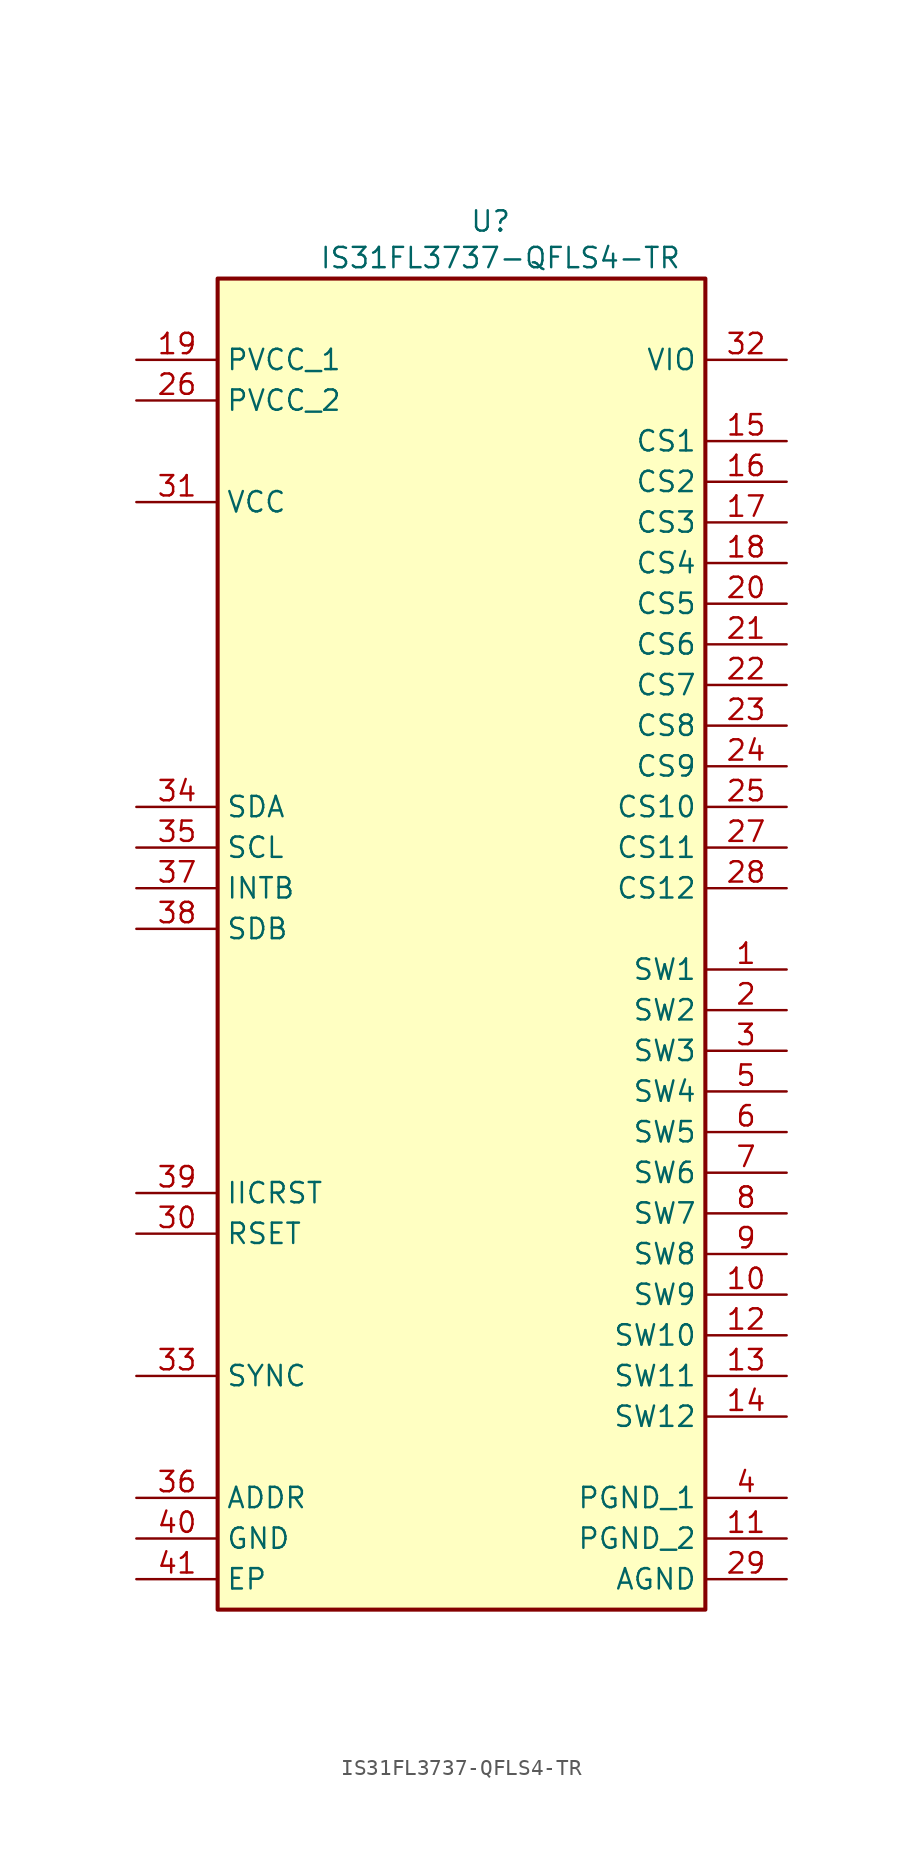
<source format=kicad_sym>
(kicad_symbol_lib
  (version 20231120)
  (generator "kicad_symbol_editor")
  (generator_version "8.0")
  (symbol "IS31FL3737-QFLS4-TR"
    (property "Reference" "U"
      (at -0.762 48.768 0)
      (effects (font (size 1.27 1.27)) (justify left top)))
    (property "Value" "IS31FL3737-QFLS4-TR"
      (at -10.16 46.482 0)
      (effects (font (size 1.27 1.27)) (justify left top)))
    (symbol "IS31FL3737-QFLS4-TR_1_1"
      (rectangle (start -16.51 44.45) (end 13.97 -38.735) (stroke (width 0.254) (type default)) (fill (type background)))
      (pin passive line (at 19.05 1.27 180) (length 5.08) (name "SW1" (effects (font (size 1.27 1.27)))) (number "1" (effects (font (size 1.27 1.27)))))
      (pin passive line (at 19.05 -19.05 180) (length 5.08) (name "SW9" (effects (font (size 1.27 1.27)))) (number "10" (effects (font (size 1.27 1.27)))))
      (pin passive line (at 19.05 -34.29 180) (length 5.08) (name "PGND_2" (effects (font (size 1.27 1.27)))) (number "11" (effects (font (size 1.27 1.27)))))
      (pin passive line (at 19.05 -21.59 180) (length 5.08) (name "SW10" (effects (font (size 1.27 1.27)))) (number "12" (effects (font (size 1.27 1.27)))))
      (pin passive line (at 19.05 -24.13 180) (length 5.08) (name "SW11" (effects (font (size 1.27 1.27)))) (number "13" (effects (font (size 1.27 1.27)))))
      (pin passive line (at 19.05 -26.67 180) (length 5.08) (name "SW12" (effects (font (size 1.27 1.27)))) (number "14" (effects (font (size 1.27 1.27)))))
      (pin passive line (at 19.05 34.29 180) (length 5.08) (name "CS1" (effects (font (size 1.27 1.27)))) (number "15" (effects (font (size 1.27 1.27)))))
      (pin passive line (at 19.05 31.75 180) (length 5.08) (name "CS2" (effects (font (size 1.27 1.27)))) (number "16" (effects (font (size 1.27 1.27)))))
      (pin passive line (at 19.05 29.21 180) (length 5.08) (name "CS3" (effects (font (size 1.27 1.27)))) (number "17" (effects (font (size 1.27 1.27)))))
      (pin passive line (at 19.05 26.67 180) (length 5.08) (name "CS4" (effects (font (size 1.27 1.27)))) (number "18" (effects (font (size 1.27 1.27)))))
      (pin passive line (at -21.59 39.37 0) (length 5.08) (name "PVCC_1" (effects (font (size 1.27 1.27)))) (number "19" (effects (font (size 1.27 1.27)))))
      (pin passive line (at 19.05 -1.27 180) (length 5.08) (name "SW2" (effects (font (size 1.27 1.27)))) (number "2" (effects (font (size 1.27 1.27)))))
      (pin passive line (at 19.05 24.13 180) (length 5.08) (name "CS5" (effects (font (size 1.27 1.27)))) (number "20" (effects (font (size 1.27 1.27)))))
      (pin passive line (at 19.05 21.59 180) (length 5.08) (name "CS6" (effects (font (size 1.27 1.27)))) (number "21" (effects (font (size 1.27 1.27)))))
      (pin passive line (at 19.05 19.05 180) (length 5.08) (name "CS7" (effects (font (size 1.27 1.27)))) (number "22" (effects (font (size 1.27 1.27)))))
      (pin passive line (at 19.05 16.51 180) (length 5.08) (name "CS8" (effects (font (size 1.27 1.27)))) (number "23" (effects (font (size 1.27 1.27)))))
      (pin passive line (at 19.05 13.97 180) (length 5.08) (name "CS9" (effects (font (size 1.27 1.27)))) (number "24" (effects (font (size 1.27 1.27)))))
      (pin passive line (at 19.05 11.43 180) (length 5.08) (name "CS10" (effects (font (size 1.27 1.27)))) (number "25" (effects (font (size 1.27 1.27)))))
      (pin passive line (at -21.59 36.83 0) (length 5.08) (name "PVCC_2" (effects (font (size 1.27 1.27)))) (number "26" (effects (font (size 1.27 1.27)))))
      (pin passive line (at 19.05 8.89 180) (length 5.08) (name "CS11" (effects (font (size 1.27 1.27)))) (number "27" (effects (font (size 1.27 1.27)))))
      (pin passive line (at 19.05 6.35 180) (length 5.08) (name "CS12" (effects (font (size 1.27 1.27)))) (number "28" (effects (font (size 1.27 1.27)))))
      (pin passive line (at 19.05 -36.83 180) (length 5.08) (name "AGND" (effects (font (size 1.27 1.27)))) (number "29" (effects (font (size 1.27 1.27)))))
      (pin passive line (at 19.05 -3.81 180) (length 5.08) (name "SW3" (effects (font (size 1.27 1.27)))) (number "3" (effects (font (size 1.27 1.27)))))
      (pin passive line (at -21.59 -15.24 0) (length 5.08) (name "RSET" (effects (font (size 1.27 1.27)))) (number "30" (effects (font (size 1.27 1.27)))))
      (pin passive line (at -21.59 30.48 0) (length 5.08) (name "VCC" (effects (font (size 1.27 1.27)))) (number "31" (effects (font (size 1.27 1.27)))))
      (pin passive line (at 19.05 39.37 180) (length 5.08) (name "VIO" (effects (font (size 1.27 1.27)))) (number "32" (effects (font (size 1.27 1.27)))))
      (pin passive line (at -21.59 -24.13 0) (length 5.08) (name "SYNC" (effects (font (size 1.27 1.27)))) (number "33" (effects (font (size 1.27 1.27)))))
      (pin passive line (at -21.59 11.43 0) (length 5.08) (name "SDA" (effects (font (size 1.27 1.27)))) (number "34" (effects (font (size 1.27 1.27)))))
      (pin passive line (at -21.59 8.89 0) (length 5.08) (name "SCL" (effects (font (size 1.27 1.27)))) (number "35" (effects (font (size 1.27 1.27)))))
      (pin passive line (at -21.59 -31.75 0) (length 5.08) (name "ADDR" (effects (font (size 1.27 1.27)))) (number "36" (effects (font (size 1.27 1.27)))))
      (pin passive line (at -21.59 6.35 0) (length 5.08) (name "INTB" (effects (font (size 1.27 1.27)))) (number "37" (effects (font (size 1.27 1.27)))))
      (pin passive line (at -21.59 3.81 0) (length 5.08) (name "SDB" (effects (font (size 1.27 1.27)))) (number "38" (effects (font (size 1.27 1.27)))))
      (pin passive line (at -21.59 -12.7 0) (length 5.08) (name "IICRST" (effects (font (size 1.27 1.27)))) (number "39" (effects (font (size 1.27 1.27)))))
      (pin passive line (at 19.05 -31.75 180) (length 5.08) (name "PGND_1" (effects (font (size 1.27 1.27)))) (number "4" (effects (font (size 1.27 1.27)))))
      (pin passive line (at -21.59 -34.29 0) (length 5.08) (name "GND" (effects (font (size 1.27 1.27)))) (number "40" (effects (font (size 1.27 1.27)))))
      (pin passive line (at -21.59 -36.83 0) (length 5.08) (name "EP" (effects (font (size 1.27 1.27)))) (number "41" (effects (font (size 1.27 1.27)))))
      (pin passive line (at 19.05 -6.35 180) (length 5.08) (name "SW4" (effects (font (size 1.27 1.27)))) (number "5" (effects (font (size 1.27 1.27)))))
      (pin passive line (at 19.05 -8.89 180) (length 5.08) (name "SW5" (effects (font (size 1.27 1.27)))) (number "6" (effects (font (size 1.27 1.27)))))
      (pin passive line (at 19.05 -11.43 180) (length 5.08) (name "SW6" (effects (font (size 1.27 1.27)))) (number "7" (effects (font (size 1.27 1.27)))))
      (pin passive line (at 19.05 -13.97 180) (length 5.08) (name "SW7" (effects (font (size 1.27 1.27)))) (number "8" (effects (font (size 1.27 1.27)))))
      (pin passive line (at 19.05 -16.51 180) (length 5.08) (name "SW8" (effects (font (size 1.27 1.27)))) (number "9" (effects (font (size 1.27 1.27))))))))
</source>
